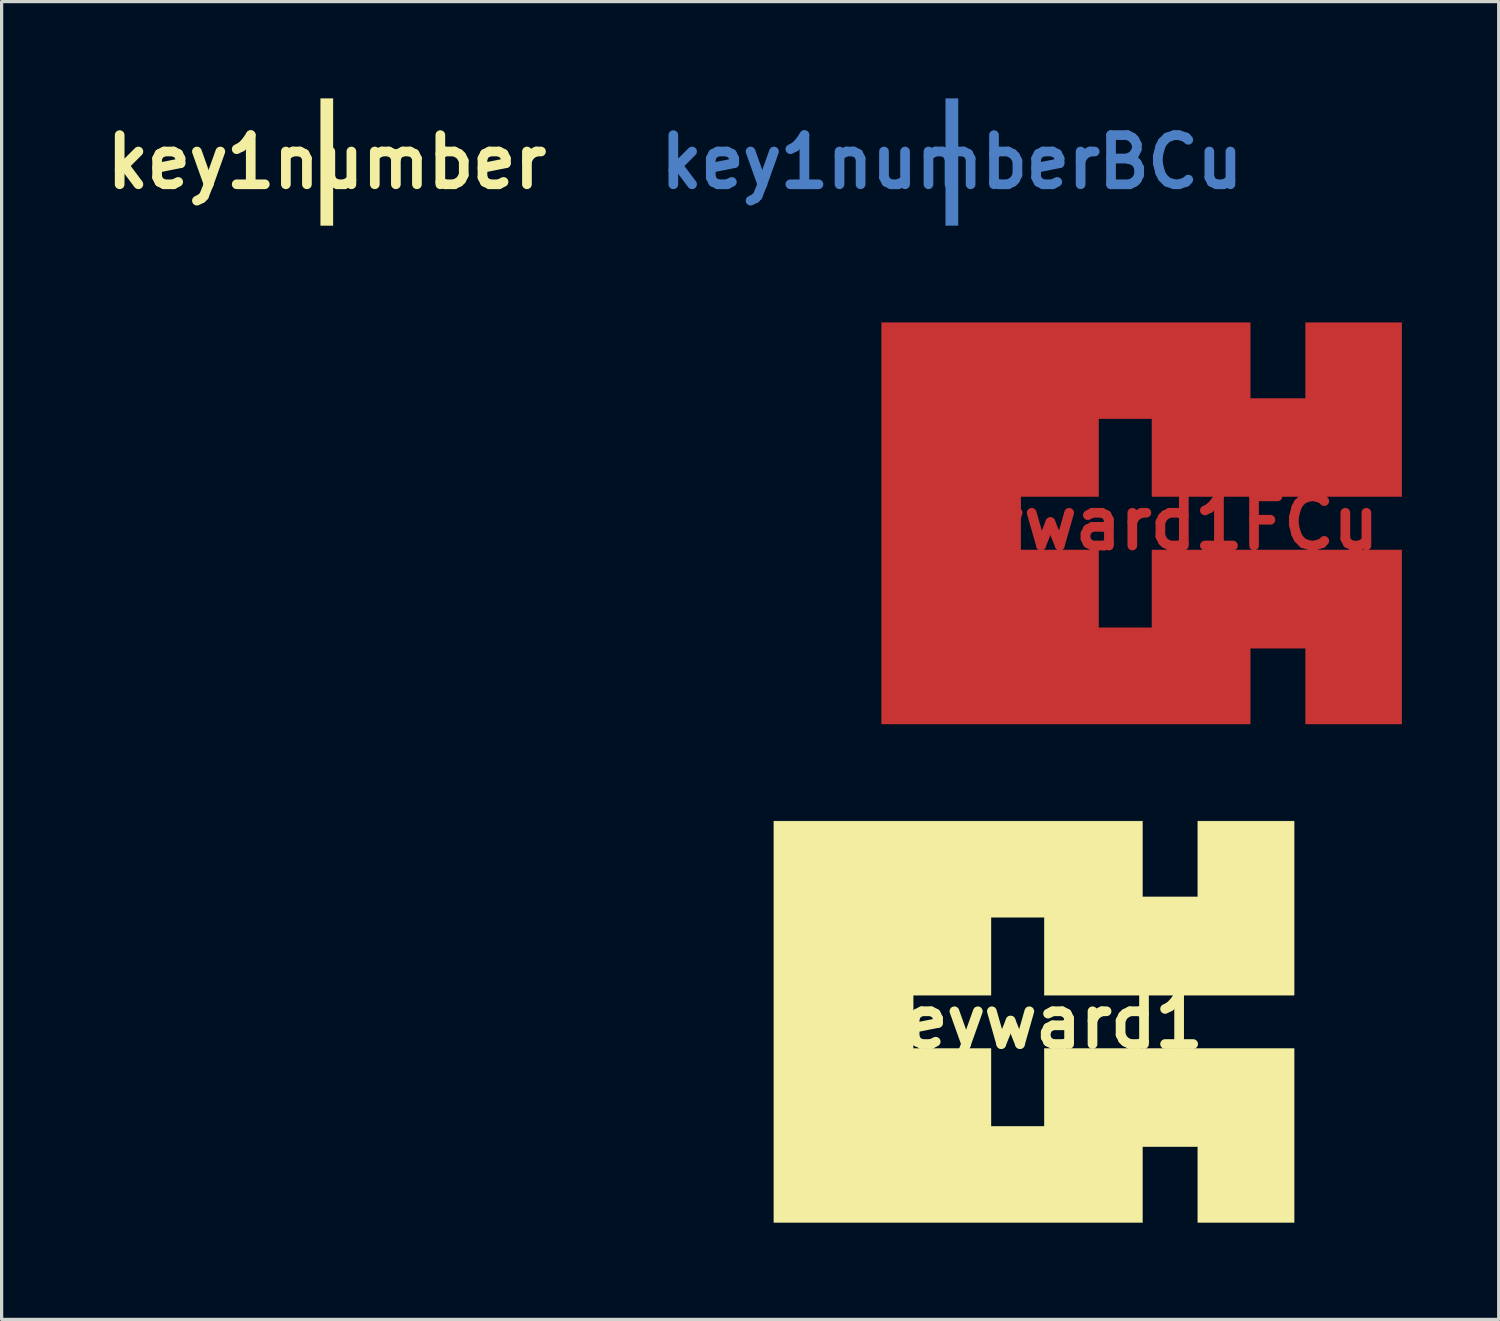
<source format=kicad_pcb>
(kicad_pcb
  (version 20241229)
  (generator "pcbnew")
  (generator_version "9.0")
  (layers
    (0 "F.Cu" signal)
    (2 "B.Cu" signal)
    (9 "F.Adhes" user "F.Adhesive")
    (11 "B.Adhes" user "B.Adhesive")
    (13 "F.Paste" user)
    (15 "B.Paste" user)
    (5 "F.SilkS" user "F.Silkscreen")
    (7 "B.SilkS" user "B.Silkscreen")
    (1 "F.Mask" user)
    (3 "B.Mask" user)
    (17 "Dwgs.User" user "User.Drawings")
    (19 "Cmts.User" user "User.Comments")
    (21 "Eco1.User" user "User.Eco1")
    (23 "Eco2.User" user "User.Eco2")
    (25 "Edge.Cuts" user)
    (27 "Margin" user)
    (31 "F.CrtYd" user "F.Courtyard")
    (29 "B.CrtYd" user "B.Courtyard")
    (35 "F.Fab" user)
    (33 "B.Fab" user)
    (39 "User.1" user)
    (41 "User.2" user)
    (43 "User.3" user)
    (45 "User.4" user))
  (footprint "keyward1"
    (layer "F.Cu")
    (at 29.009 28.631)
    (property "Reference" "keyward1" (at 0 0 0) (layer "F.SilkS") (effects (font (size 1.524 1.524) (thickness 0.3))))
    (attr through_hole)
    (fp_poly (pts (xy 3.365 -3.873) (xy 5.08 -3.873) (xy 5.08 -6.223) (xy 8.065 -6.223) (xy 8.065 -0.826) (xy 0.318 -0.826) (xy 0.318 -3.239) (xy -1.333 -3.239) (xy -1.333 -0.826) (xy -3.747 -0.826) (xy -3.747 0.826) (xy -1.333 0.826) (xy -1.333 3.239) (xy 0.318 3.239) (xy 0.318 0.826) (xy 8.065 0.826) (xy 8.065 6.223) (xy 5.08 6.223) (xy 5.08 3.873) (xy 3.365 3.873) (xy 3.365 6.223) (xy -8.065 6.223) (xy -8.065 -6.223) (xy 3.365 -6.223) (xy 3.365 -3.873)) (stroke (width 0.01) (type solid)) (fill yes) (layer "F.SilkS")))
  (footprint "keyward1FMask"
    (layer "F.Cu")
    (at 8.97 28.631)
    (property "Reference" "keyward1FMask" (at 0 0 0) (layer "F.Mask") (effects (font (size 1.524 1.524) (thickness 0.3))))
    (attr through_hole)
    (fp_poly (pts (xy 3.365 -3.873) (xy 5.08 -3.873) (xy 5.08 -6.223) (xy 8.065 -6.223) (xy 8.065 -0.826) (xy 0.318 -0.826) (xy 0.318 -3.239) (xy -1.333 -3.239) (xy -1.333 -0.826) (xy -3.747 -0.826) (xy -3.747 0.826) (xy -1.333 0.826) (xy -1.333 3.239) (xy 0.318 3.239) (xy 0.318 0.826) (xy 8.065 0.826) (xy 8.065 6.223) (xy 5.08 6.223) (xy 5.08 3.873) (xy 3.365 3.873) (xy 3.365 6.223) (xy -8.065 6.223) (xy -8.065 -6.223) (xy 3.365 -6.223) (xy 3.365 -3.873)) (stroke (width 0.01) (type solid)) (fill yes) (layer "F.Mask")))
  (footprint "keyward1FCu"
    (layer "F.Cu")
    (at 32.348 13.175)
    (property "Reference" "keyward1FCu" (at 0 0 0) (layer "F.Cu") (effects (font (size 1.524 1.524) (thickness 0.3))))
    (attr through_hole)
    (fp_poly (pts (xy 3.365 -3.873) (xy 5.08 -3.873) (xy 5.08 -6.223) (xy 8.065 -6.223) (xy 8.065 -0.826) (xy 0.318 -0.826) (xy 0.318 -3.239) (xy -1.333 -3.239) (xy -1.333 -0.826) (xy -3.747 -0.826) (xy -3.747 0.826) (xy -1.333 0.826) (xy -1.333 3.239) (xy 0.318 3.239) (xy 0.318 0.826) (xy 8.065 0.826) (xy 8.065 6.223) (xy 5.08 6.223) (xy 5.08 3.873) (xy 3.365 3.873) (xy 3.365 6.223) (xy -8.065 6.223) (xy -8.065 -6.223) (xy 3.365 -6.223) (xy 3.365 -3.873)) (stroke (width 0.01) (type solid)) (fill yes) (layer "F.Cu")))
  (footprint "key1numberBMask"
    (layer "F.Cu")
    (at 10.639 8.921)
    (property "Reference" "key1numberBMask" (at 0 0 0) (layer "B.Mask") (effects (font (size 1.524 1.524) (thickness 0.3))))
    (attr through_hole)
    (fp_poly (pts (xy 0.191 1.968) (xy -0.191 1.968) (xy -0.191 -1.968) (xy 0.191 -1.968) (xy 0.191 1.968)) (stroke (width 0.01) (type solid)) (fill yes) (layer "B.Mask")))
  (footprint "key1number"
    (layer "F.Cu")
    (at 7.083 1.974)
    (property "Reference" "key1number" (at 0 0 0) (layer "F.SilkS") (effects (font (size 1.524 1.524) (thickness 0.3))))
    (attr through_hole)
    (fp_poly (pts (xy 0.191 1.968) (xy -0.191 1.968) (xy -0.191 -1.968) (xy 0.191 -1.968) (xy 0.191 1.968)) (stroke (width 0.01) (type solid)) (fill yes) (layer "F.SilkS")))
  (footprint "key1numberBCu"
    (layer "B.Cu")
    (at 26.463 1.974)
    (property "Reference" "key1numberBCu" (at 0 0 0) (layer "B.Cu") (effects (font (size 1.524 1.524) (thickness 0.3))))
    (attr through_hole)
    (fp_poly (pts (xy 0.191 1.968) (xy -0.191 1.968) (xy -0.191 -1.968) (xy 0.191 -1.968) (xy 0.191 1.968)) (stroke (width 0.01) (type solid)) (fill yes) (layer "B.Cu")))
  (gr_rect
    (start -3 -3)
    (end 43.417 37.859)
    (stroke (width 0.1) (type default))
    (fill no)
    (layer "Edge.Cuts")))
</source>
